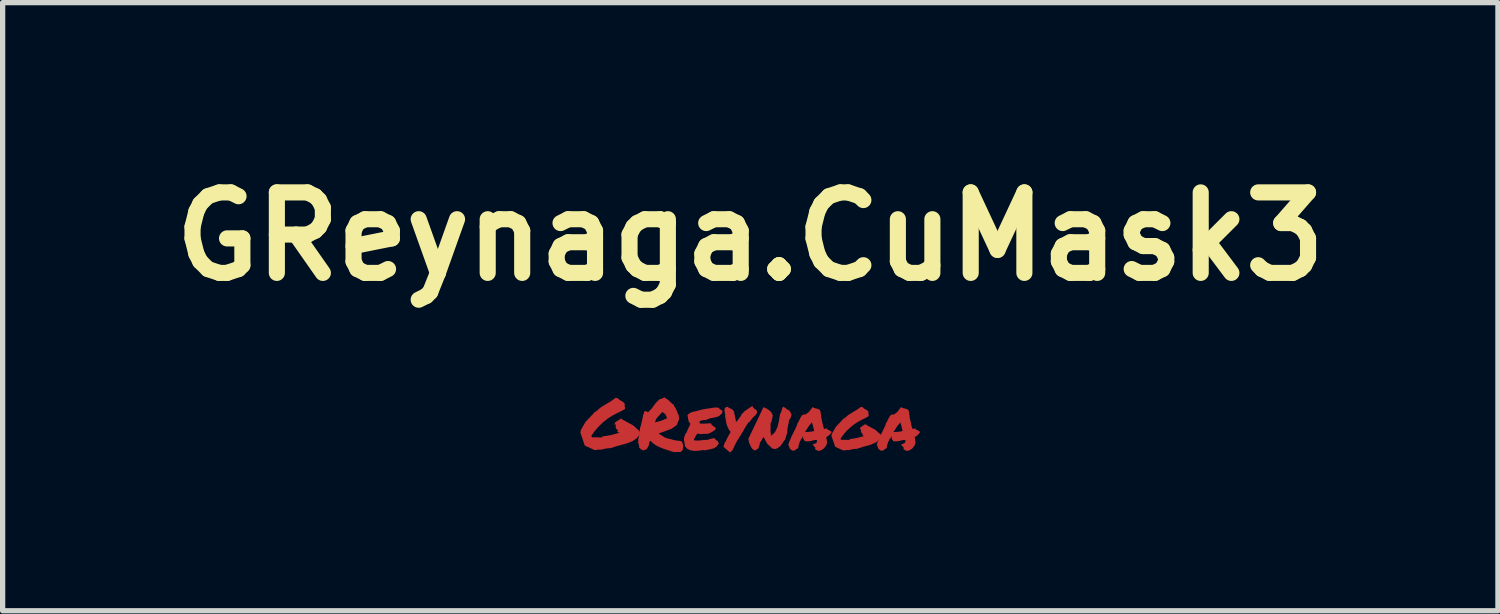
<source format=kicad_pcb>
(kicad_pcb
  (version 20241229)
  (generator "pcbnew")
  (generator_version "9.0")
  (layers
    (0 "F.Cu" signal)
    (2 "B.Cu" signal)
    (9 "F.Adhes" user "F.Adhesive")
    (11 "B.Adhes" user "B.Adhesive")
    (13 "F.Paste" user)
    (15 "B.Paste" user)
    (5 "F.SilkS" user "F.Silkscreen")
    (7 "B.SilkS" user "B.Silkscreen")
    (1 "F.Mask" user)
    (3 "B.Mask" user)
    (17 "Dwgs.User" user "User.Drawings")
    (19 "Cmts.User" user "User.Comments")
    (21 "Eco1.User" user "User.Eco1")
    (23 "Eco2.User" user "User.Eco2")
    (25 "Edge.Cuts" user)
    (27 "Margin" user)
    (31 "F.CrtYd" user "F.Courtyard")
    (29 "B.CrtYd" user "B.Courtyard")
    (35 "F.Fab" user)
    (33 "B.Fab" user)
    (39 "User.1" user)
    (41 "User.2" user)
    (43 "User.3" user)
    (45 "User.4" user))
  (footprint "GReynaga.CuMask3"
    (layer "F.Cu")
    (at 11.154 5)
    (property "Reference" "GReynaga.CuMask3" (at 0 -3.573 0) (layer "F.SilkS") (effects (font (size 1.524 1.524) (thickness 0.305))))
    (attr smd)
    (fp_poly (pts (xy -3.216 0.154) (xy -3.212 0.128) (xy -3.211 0.097) (xy -3.118 -0.064) (xy -2.992 -0.197) (xy -2.974 -0.215) (xy -2.959 -0.235) (xy -2.942 -0.251) (xy -2.918 -0.262) (xy -2.839 -0.332) (xy -2.742 -0.393) (xy -2.641 -0.452) (xy -2.549 -0.519) (xy -2.526 -0.512) (xy -2.508 -0.513) (xy -2.477 -0.478) (xy -2.437 -0.458) (xy -2.399 -0.434) (xy -2.371 -0.397) (xy -2.38 -0.39) (xy -2.377 -0.376) (xy -2.374 -0.361) (xy -2.386 -0.354) (xy -2.377 -0.345) (xy -2.367 -0.336) (xy -2.371 -0.323) (xy -2.371 -0.308) (xy -2.443 -0.267) (xy -2.525 -0.227) (xy -2.612 -0.181) (xy -2.7 -0.125) (xy -2.788 -0.055) (xy -2.873 0.027) (xy -2.95 0.116) (xy -3.011 0.205) (xy -3.004 0.217) (xy -2.996 0.229) (xy -2.902 0.229) (xy -2.815 0.234) (xy -2.808 0.223) (xy -2.8 0.214) (xy -2.632 0.185) (xy -2.473 0.142) (xy -2.516 0.128) (xy -2.516 0.115) (xy -2.501 0.101) (xy -2.537 0.07) (xy -2.553 0.018) (xy -2.543 -0.001) (xy -2.553 -0.018) (xy -2.561 -0.018) (xy -2.563 -0.013) (xy -2.566 -0.007) (xy -2.573 -0.007) (xy -2.566 -0.031) (xy -2.558 -0.054) (xy -2.448 -0.127) (xy -2.406 -0.099) (xy -2.353 -0.07) (xy -2.296 -0.039) (xy -2.241 -0.01) (xy -2.2 0.017) (xy -2.167 0.048) (xy -2.135 0.08) (xy -2.097 0.107) (xy -2.094 0.141) (xy -2.092 0.173) (xy -2.153 0.25) (xy -2.233 0.303) (xy -2.327 0.341) (xy -2.431 0.37) (xy -2.538 0.399) (xy -2.643 0.434) (xy -2.681 0.435) (xy -2.712 0.439) (xy -2.741 0.444) (xy -2.773 0.448) (xy -2.782 0.451) (xy -2.787 0.458) (xy -2.835 0.462) (xy -2.871 0.462) (xy -2.909 0.467) (xy -2.946 0.471) (xy -3.133 0.386) (xy -3.207 0.168) (xy -3.21 0.16) (xy -3.216 0.154)) (stroke (width 0) (type solid)) (fill yes) (layer "F.Cu"))
    (fp_poly (pts (xy 0.253 0.227) (xy 0.236 0.242) (xy 0.225 0.264) (xy 0.216 0.287) (xy 0.203 0.296) (xy 0.195 0.315) (xy 0.184 0.332) (xy 0.176 0.35) (xy 0.179 0.373) (xy 0.166 0.395) (xy 0.159 0.423) (xy 0.148 0.446) (xy 0.119 0.454) (xy 0.118 0.46) (xy 0.122 0.47) (xy 0.099 0.471) (xy 0.082 0.478) (xy 0.04 0.45) (xy 0.011 0.406) (xy -0.012 0.356) (xy -0.03 0.312) (xy -0.029 0.284) (xy -0.038 0.26) (xy 0.103 -0.034) (xy 0.249 -0.342) (xy 0.309 -0.315) (xy 0.363 -0.28) (xy 0.405 -0.234) (xy 0.428 -0.177) (xy 0.421 -0.17) (xy 0.416 -0.169) (xy 0.421 -0.16) (xy 0.421 -0.154) (xy 0.421 -0.146) (xy 0.425 -0.134) (xy 0.417 -0.133) (xy 0.409 -0.133) (xy 0.412 -0.109) (xy 0.407 -0.092) (xy 0.4 -0.076) (xy 0.401 -0.055) (xy 0.395 -0.052) (xy 0.392 -0.048) (xy 0.388 -0.044) (xy 0.383 -0.044) (xy 0.385 0.014) (xy 0.383 0.074) (xy 0.384 0.136) (xy 0.393 0.202) (xy 0.469 0.13) (xy 0.515 0.032) (xy 0.543 -0.084) (xy 0.563 -0.211) (xy 0.582 -0.24) (xy 0.593 -0.276) (xy 0.604 -0.315) (xy 0.617 -0.35) (xy 0.65 -0.337) (xy 0.677 -0.316) (xy 0.702 -0.295) (xy 0.735 -0.283) (xy 0.764 -0.239) (xy 0.782 -0.194) (xy 0.771 -0.17) (xy 0.764 -0.144) (xy 0.754 -0.119) (xy 0.735 -0.1) (xy 0.725 -0.036) (xy 0.713 0.019) (xy 0.703 0.077) (xy 0.701 0.142) (xy 0.678 0.207) (xy 0.66 0.27) (xy 0.627 0.311) (xy 0.601 0.358) (xy 0.595 0.361) (xy 0.586 0.357) (xy 0.586 0.365) (xy 0.582 0.37) (xy 0.579 0.376) (xy 0.582 0.386) (xy 0.548 0.409) (xy 0.517 0.435) (xy 0.477 0.451) (xy 0.417 0.442) (xy 0.321 0.35) (xy 0.253 0.227)) (stroke (width 0) (type solid)) (fill yes) (layer "F.Cu"))
    (fp_poly (pts (xy 2.476 0.23) (xy 2.392 0.319) (xy 2.278 0.37) (xy 2.147 0.406) (xy 2.016 0.447) (xy 1.983 0.448) (xy 1.957 0.452) (xy 1.933 0.456) (xy 1.906 0.459) (xy 1.9 0.462) (xy 1.896 0.467) (xy 1.855 0.471) (xy 1.825 0.471) (xy 1.792 0.475) (xy 1.763 0.479) (xy 1.607 0.409) (xy 1.545 0.226) (xy 1.542 0.218) (xy 1.537 0.214) (xy 1.539 0.191) (xy 1.541 0.168) (xy 1.619 0.032) (xy 1.723 -0.079) (xy 1.739 -0.095) (xy 1.751 -0.111) (xy 1.766 -0.124) (xy 1.786 -0.133) (xy 1.852 -0.191) (xy 1.933 -0.242) (xy 2.016 -0.291) (xy 2.093 -0.346) (xy 2.114 -0.342) (xy 2.129 -0.342) (xy 2.154 -0.315) (xy 2.187 -0.297) (xy 2.219 -0.278) (xy 2.241 -0.246) (xy 2.233 -0.239) (xy 2.237 -0.227) (xy 2.239 -0.215) (xy 2.23 -0.21) (xy 2.237 -0.202) (xy 2.245 -0.195) (xy 2.241 -0.185) (xy 2.241 -0.172) (xy 2.182 -0.138) (xy 2.114 -0.104) (xy 2.041 -0.066) (xy 1.969 -0.019) (xy 1.896 0.04) (xy 1.824 0.108) (xy 1.759 0.182) (xy 1.708 0.256) (xy 1.713 0.267) (xy 1.719 0.276) (xy 1.798 0.276) (xy 1.872 0.28) (xy 1.877 0.272) (xy 1.884 0.264) (xy 2.024 0.24) (xy 2.157 0.205) (xy 2.137 0.198) (xy 2.121 0.191) (xy 2.121 0.181) (xy 2.134 0.17) (xy 2.104 0.144) (xy 2.09 0.101) (xy 2.098 0.085) (xy 2.09 0.071) (xy 2.084 0.071) (xy 2.081 0.075) (xy 2.08 0.08) (xy 2.073 0.079) (xy 2.078 0.059) (xy 2.086 0.04) (xy 2.178 -0.021) (xy 2.214 0.003) (xy 2.257 0.028) (xy 2.305 0.054) (xy 2.351 0.077) (xy 2.384 0.099) (xy 2.412 0.127) (xy 2.439 0.153) (xy 2.472 0.176) (xy 2.473 0.203) (xy 2.476 0.23) (xy 2.476 0.23)) (stroke (width 0) (type solid)) (fill yes) (layer "F.Cu"))
    (fp_poly (pts (xy -2.109 0.354) (xy -1.783 -0.115) (xy -1.806 -0.054) (xy -1.689 -0.084) (xy -1.574 -0.132) (xy -1.608 -0.21) (xy -1.666 -0.251) (xy -1.666 -0.251) (xy -1.705 -0.205) (xy -1.747 -0.162) (xy -1.783 -0.115) (xy -2.109 0.354) (xy -2.121 0.345) (xy -2.133 0.323) (xy -2.118 0.323) (xy -2.123 0.27) (xy -2.112 0.222) (xy -2.101 0.177) (xy -2.105 0.13) (xy -2.096 0.128) (xy -2.09 0.109) (xy -2.089 0.085) (xy -2.09 0.064) (xy -2.064 -0.021) (xy -2.045 -0.107) (xy -2.028 -0.19) (xy -2.002 -0.267) (xy -1.963 -0.262) (xy -1.935 -0.244) (xy -1.863 -0.321) (xy -1.799 -0.409) (xy -1.725 -0.486) (xy -1.623 -0.525) (xy -1.551 -0.476) (xy -1.486 -0.413) (xy -1.466 -0.398) (xy -1.445 -0.385) (xy -1.445 -0.365) (xy -1.415 -0.324) (xy -1.392 -0.275) (xy -1.372 -0.223) (xy -1.351 -0.174) (xy -1.354 -0.16) (xy -1.351 -0.148) (xy -1.347 -0.134) (xy -1.346 -0.117) (xy -1.392 -0.003) (xy -1.49 0.067) (xy -1.612 0.113) (xy -1.73 0.154) (xy -1.725 0.16) (xy -1.721 0.168) (xy -1.66 0.206) (xy -1.619 0.231) (xy -1.576 0.247) (xy -1.511 0.263) (xy -1.448 0.279) (xy -1.406 0.288) (xy -1.366 0.293) (xy -1.309 0.3) (xy -1.285 0.334) (xy -1.272 0.374) (xy -1.27 0.413) (xy -1.281 0.44) (xy -1.274 0.446) (xy -1.261 0.446) (xy -1.277 0.462) (xy -1.29 0.48) (xy -1.306 0.497) (xy -1.327 0.507) (xy -1.449 0.508) (xy -1.639 0.447) (xy -1.731 0.409) (xy -1.794 0.376) (xy -1.843 0.34) (xy -1.894 0.293) (xy -1.9 0.299) (xy -1.904 0.304) (xy -1.925 0.39) (xy -1.965 0.458) (xy -1.994 0.462) (xy -2.011 0.476) (xy -2.031 0.475) (xy -2.043 0.468) (xy -2.055 0.46) (xy -2.076 0.458) (xy -2.084 0.435) (xy -2.105 0.425) (xy -2.102 0.405) (xy -2.106 0.389) (xy -2.112 0.373) (xy -2.109 0.354) (xy -2.109 0.354)) (stroke (width 0) (type solid)) (fill yes) (layer "F.Cu"))
    (fp_poly (pts (xy -0.53 -0.278) (xy -0.53 -0.263) (xy -0.531 -0.255) (xy -0.531 -0.246) (xy -0.529 -0.232) (xy -0.593 -0.17) (xy -0.672 -0.146) (xy -0.759 -0.132) (xy -0.846 -0.097) (xy -0.878 -0.097) (xy -0.918 -0.093) (xy -0.938 -0.081) (xy -0.962 -0.075) (xy -0.958 -0.05) (xy -0.954 -0.03) (xy -0.852 -0.031) (xy -0.741 -0.038) (xy -0.742 -0.028) (xy -0.743 -0.022) (xy -0.725 -0.005) (xy -0.706 0.014) (xy -0.688 0.03) (xy -0.664 0.034) (xy -0.657 0.058) (xy -0.66 0.083) (xy -0.702 0.113) (xy -0.747 0.14) (xy -0.796 0.16) (xy -0.853 0.165) (xy -0.864 0.165) (xy -0.872 0.161) (xy -0.902 0.165) (xy -0.931 0.169) (xy -0.967 0.164) (xy -1.003 0.158) (xy -1.041 0.218) (xy -1.072 0.285) (xy -0.998 0.291) (xy -0.941 0.287) (xy -0.886 0.28) (xy -0.816 0.278) (xy -0.754 0.259) (xy -0.686 0.243) (xy -0.668 0.258) (xy -0.653 0.276) (xy -0.637 0.291) (xy -0.617 0.296) (xy -0.611 0.309) (xy -0.607 0.323) (xy -0.603 0.334) (xy -0.591 0.337) (xy -0.637 0.405) (xy -0.696 0.439) (xy -0.77 0.458) (xy -0.858 0.474) (xy -0.878 0.472) (xy -0.897 0.47) (xy -0.97 0.482) (xy -1.056 0.486) (xy -1.139 0.474) (xy -1.204 0.439) (xy -1.219 0.418) (xy -1.236 0.398) (xy -1.241 0.36) (xy -1.249 0.316) (xy -1.256 0.27) (xy -1.253 0.229) (xy -1.237 0.193) (xy -1.228 0.158) (xy -1.22 0.152) (xy -1.209 0.146) (xy -1.192 0.101) (xy -1.174 0.06) (xy -1.154 0.021) (xy -1.134 -0.026) (xy -1.162 -0.063) (xy -1.174 -0.104) (xy -1.18 -0.146) (xy -1.19 -0.191) (xy -1.158 -0.223) (xy -1.115 -0.244) (xy -1.066 -0.258) (xy -1.011 -0.27) (xy -0.917 -0.296) (xy -0.835 -0.311) (xy -0.75 -0.323) (xy -0.65 -0.338) (xy -0.628 -0.327) (xy -0.616 -0.333) (xy -0.609 -0.341) (xy -0.576 -0.303) (xy -0.53 -0.278) (xy -0.53 -0.278)) (stroke (width 0) (type solid)) (fill yes) (layer "F.Cu"))
    (fp_poly (pts (xy -0.138 0.121) (xy -0.154 0.141) (xy -0.167 0.164) (xy -0.181 0.191) (xy -0.201 0.215) (xy -0.215 0.247) (xy -0.236 0.272) (xy -0.298 0.387) (xy -0.306 0.411) (xy -0.318 0.433) (xy -0.323 0.442) (xy -0.327 0.448) (xy -0.33 0.462) (xy -0.344 0.48) (xy -0.359 0.495) (xy -0.368 0.505) (xy -0.388 0.513) (xy -0.506 0.41) (xy -0.505 0.397) (xy -0.501 0.384) (xy -0.495 0.368) (xy -0.483 0.331) (xy -0.461 0.297) (xy -0.449 0.268) (xy -0.417 0.206) (xy -0.388 0.156) (xy -0.371 0.127) (xy -0.403 0.088) (xy -0.433 0.025) (xy -0.452 -0.03) (xy -0.456 -0.059) (xy -0.461 -0.084) (xy -0.468 -0.113) (xy -0.47 -0.144) (xy -0.478 -0.162) (xy -0.476 -0.176) (xy -0.474 -0.199) (xy -0.481 -0.231) (xy -0.487 -0.26) (xy -0.489 -0.292) (xy -0.481 -0.321) (xy -0.456 -0.346) (xy -0.433 -0.348) (xy -0.411 -0.334) (xy -0.388 -0.323) (xy -0.36 -0.309) (xy -0.332 -0.292) (xy -0.323 -0.274) (xy -0.306 -0.259) (xy -0.306 -0.244) (xy -0.305 -0.23) (xy -0.299 -0.209) (xy -0.294 -0.193) (xy -0.29 -0.157) (xy -0.282 -0.127) (xy -0.274 -0.096) (xy -0.273 -0.062) (xy -0.26 -0.071) (xy -0.254 -0.075) (xy -0.249 -0.079) (xy -0.171 -0.185) (xy -0.173 -0.198) (xy -0.146 -0.225) (xy -0.126 -0.244) (xy -0.109 -0.264) (xy -0.094 -0.275) (xy 0.026 -0.357) (xy 0.045 -0.36) (xy 0.05 -0.342) (xy 0.072 -0.316) (xy 0.107 -0.293) (xy 0.119 -0.285) (xy 0.126 -0.266) (xy 0.125 -0.254) (xy 0.13 -0.24) (xy 0.103 -0.194) (xy 0.074 -0.168) (xy 0.052 -0.148) (xy 0.037 -0.127) (xy 0.028 -0.116) (xy -0.008 -0.074) (xy -0.012 -0.058) (xy -0.028 -0.058) (xy -0.034 -0.052) (xy -0.048 -0.03) (xy -0.061 -0.013) (xy -0.068 -0.006) (xy -0.072 0.005) (xy -0.076 0.015) (xy -0.097 0.042) (xy -0.106 0.06) (xy -0.117 0.081) (xy -0.131 0.101) (xy -0.138 0.121) (xy -0.138 0.121)) (stroke (width 0) (type solid)) (fill yes) (layer "F.Cu"))
    (fp_poly (pts (xy 1.448 0.357) (xy 1.065 0.128) (xy 1.137 0.123) (xy 1.209 0.111) (xy 1.19 0.028) (xy 1.167 -0.058) (xy 1.159 -0.044) (xy 1.107 0.018) (xy 1.066 0.083) (xy 1.05 0.107) (xy 1.036 0.13) (xy 1.05 0.129) (xy 1.065 0.128) (xy 1.448 0.357) (xy 1.424 0.403) (xy 1.388 0.444) (xy 1.343 0.474) (xy 1.29 0.487) (xy 1.266 0.478) (xy 1.254 0.47) (xy 1.247 0.466) (xy 1.241 0.462) (xy 1.225 0.455) (xy 1.231 0.438) (xy 1.229 0.422) (xy 1.213 0.405) (xy 1.205 0.397) (xy 1.199 0.389) (xy 1.176 0.364) (xy 1.212 0.354) (xy 1.256 0.331) (xy 1.265 0.281) (xy 1.22 0.28) (xy 1.184 0.289) (xy 1.135 0.301) (xy 1.082 0.305) (xy 1.062 0.305) (xy 1.043 0.303) (xy 1.029 0.3) (xy 1.024 0.284) (xy 1.019 0.279) (xy 1.004 0.262) (xy 1.001 0.232) (xy 0.994 0.209) (xy 0.982 0.242) (xy 0.976 0.255) (xy 0.963 0.258) (xy 0.959 0.264) (xy 0.958 0.271) (xy 0.951 0.293) (xy 0.946 0.299) (xy 0.941 0.303) (xy 0.934 0.327) (xy 0.926 0.349) (xy 0.914 0.383) (xy 0.911 0.415) (xy 0.906 0.43) (xy 0.892 0.443) (xy 0.876 0.451) (xy 0.868 0.456) (xy 0.861 0.459) (xy 0.857 0.474) (xy 0.841 0.476) (xy 0.82 0.48) (xy 0.807 0.482) (xy 0.793 0.48) (xy 0.771 0.462) (xy 0.752 0.447) (xy 0.739 0.423) (xy 0.737 0.409) (xy 0.734 0.395) (xy 0.73 0.387) (xy 0.713 0.372) (xy 0.727 0.36) (xy 0.729 0.337) (xy 0.784 0.207) (xy 0.847 0.08) (xy 0.866 0.038) (xy 0.888 -0.005) (xy 0.886 -0.014) (xy 0.889 -0.026) (xy 0.913 -0.066) (xy 0.931 -0.103) (xy 0.952 -0.146) (xy 0.982 -0.19) (xy 1.003 -0.199) (xy 1.012 -0.202) (xy 1.024 -0.205) (xy 1.044 -0.202) (xy 1.109 -0.25) (xy 1.166 -0.325) (xy 1.179 -0.344) (xy 1.196 -0.333) (xy 1.215 -0.325) (xy 1.24 -0.319) (xy 1.285 -0.307) (xy 1.319 -0.287) (xy 1.329 -0.255) (xy 1.333 -0.234) (xy 1.339 -0.189) (xy 1.345 -0.138) (xy 1.355 -0.093) (xy 1.364 -0.05) (xy 1.378 0.013) (xy 1.395 0.068) (xy 1.408 0.07) (xy 1.421 0.066) (xy 1.439 0.063) (xy 1.453 0.062) (xy 1.458 0.075) (xy 1.472 0.088) (xy 1.497 0.096) (xy 1.511 0.108) (xy 1.522 0.116) (xy 1.542 0.124) (xy 1.531 0.144) (xy 1.493 0.19) (xy 1.439 0.226) (xy 1.44 0.242) (xy 1.444 0.256) (xy 1.451 0.303) (xy 1.451 0.352) (xy 1.448 0.357) (xy 1.448 0.357)) (stroke (width 0) (type solid)) (fill yes) (layer "F.Cu"))
    (fp_poly (pts (xy 3.122 0.357) (xy 2.739 0.128) (xy 2.811 0.123) (xy 2.884 0.111) (xy 2.864 0.028) (xy 2.841 -0.058) (xy 2.834 -0.044) (xy 2.782 0.018) (xy 2.741 0.083) (xy 2.725 0.107) (xy 2.71 0.13) (xy 2.725 0.129) (xy 2.739 0.128) (xy 2.739 0.128) (xy 3.122 0.357) (xy 3.098 0.403) (xy 3.063 0.444) (xy 3.018 0.474) (xy 2.965 0.487) (xy 2.941 0.478) (xy 2.929 0.47) (xy 2.921 0.466) (xy 2.916 0.462) (xy 2.9 0.455) (xy 2.905 0.438) (xy 2.904 0.422) (xy 2.888 0.405) (xy 2.88 0.397) (xy 2.873 0.389) (xy 2.851 0.364) (xy 2.887 0.354) (xy 2.93 0.331) (xy 2.94 0.281) (xy 2.894 0.28) (xy 2.859 0.289) (xy 2.81 0.301) (xy 2.757 0.305) (xy 2.737 0.305) (xy 2.717 0.303) (xy 2.704 0.3) (xy 2.698 0.284) (xy 2.693 0.279) (xy 2.679 0.262) (xy 2.676 0.232) (xy 2.668 0.209) (xy 2.656 0.242) (xy 2.651 0.255) (xy 2.637 0.258) (xy 2.634 0.264) (xy 2.632 0.271) (xy 2.626 0.293) (xy 2.62 0.299) (xy 2.615 0.303) (xy 2.608 0.327) (xy 2.6 0.349) (xy 2.588 0.383) (xy 2.586 0.415) (xy 2.581 0.43) (xy 2.566 0.443) (xy 2.55 0.451) (xy 2.542 0.456) (xy 2.535 0.459) (xy 2.531 0.474) (xy 2.516 0.476) (xy 2.494 0.48) (xy 2.481 0.482) (xy 2.468 0.48) (xy 2.445 0.462) (xy 2.427 0.447) (xy 2.414 0.423) (xy 2.411 0.409) (xy 2.408 0.395) (xy 2.404 0.387) (xy 2.387 0.372) (xy 2.402 0.36) (xy 2.403 0.337) (xy 2.459 0.207) (xy 2.521 0.08) (xy 2.541 0.038) (xy 2.562 -0.005) (xy 2.561 -0.014) (xy 2.563 -0.026) (xy 2.587 -0.066) (xy 2.606 -0.103) (xy 2.627 -0.146) (xy 2.656 -0.19) (xy 2.677 -0.199) (xy 2.686 -0.202) (xy 2.698 -0.205) (xy 2.718 -0.202) (xy 2.783 -0.25) (xy 2.84 -0.325) (xy 2.853 -0.344) (xy 2.871 -0.333) (xy 2.889 -0.325) (xy 2.914 -0.319) (xy 2.959 -0.307) (xy 2.994 -0.287) (xy 3.003 -0.255) (xy 3.007 -0.234) (xy 3.014 -0.189) (xy 3.019 -0.138) (xy 3.03 -0.093) (xy 3.039 -0.05) (xy 3.052 0.013) (xy 3.069 0.068) (xy 3.083 0.07) (xy 3.096 0.066) (xy 3.113 0.063) (xy 3.128 0.062) (xy 3.133 0.075) (xy 3.146 0.088) (xy 3.171 0.096) (xy 3.186 0.108) (xy 3.196 0.116) (xy 3.216 0.124) (xy 3.206 0.144) (xy 3.167 0.19) (xy 3.113 0.226) (xy 3.114 0.242) (xy 3.118 0.256) (xy 3.125 0.303) (xy 3.125 0.352) (xy 3.122 0.357) (xy 3.122 0.357)) (stroke (width 0) (type solid)) (fill yes) (layer "F.Cu"))
    (fp_poly (pts (xy -3.216 0.154) (xy -3.212 0.128) (xy -3.211 0.097) (xy -3.118 -0.064) (xy -2.992 -0.197) (xy -2.974 -0.215) (xy -2.959 -0.235) (xy -2.942 -0.251) (xy -2.918 -0.262) (xy -2.839 -0.332) (xy -2.742 -0.393) (xy -2.641 -0.452) (xy -2.549 -0.519) (xy -2.526 -0.512) (xy -2.508 -0.513) (xy -2.477 -0.478) (xy -2.437 -0.458) (xy -2.399 -0.434) (xy -2.371 -0.397) (xy -2.38 -0.39) (xy -2.377 -0.376) (xy -2.374 -0.361) (xy -2.386 -0.354) (xy -2.377 -0.345) (xy -2.367 -0.336) (xy -2.371 -0.323) (xy -2.371 -0.308) (xy -2.443 -0.267) (xy -2.525 -0.227) (xy -2.612 -0.181) (xy -2.7 -0.125) (xy -2.788 -0.055) (xy -2.873 0.027) (xy -2.95 0.116) (xy -3.011 0.205) (xy -3.004 0.217) (xy -2.996 0.229) (xy -2.902 0.229) (xy -2.815 0.234) (xy -2.808 0.223) (xy -2.8 0.214) (xy -2.632 0.185) (xy -2.473 0.142) (xy -2.516 0.128) (xy -2.516 0.115) (xy -2.501 0.101) (xy -2.537 0.07) (xy -2.553 0.018) (xy -2.543 -0.001) (xy -2.553 -0.018) (xy -2.561 -0.018) (xy -2.563 -0.013) (xy -2.566 -0.007) (xy -2.573 -0.007) (xy -2.566 -0.031) (xy -2.558 -0.054) (xy -2.448 -0.127) (xy -2.406 -0.099) (xy -2.353 -0.07) (xy -2.296 -0.039) (xy -2.241 -0.01) (xy -2.2 0.017) (xy -2.167 0.048) (xy -2.135 0.08) (xy -2.097 0.107) (xy -2.094 0.141) (xy -2.092 0.173) (xy -2.153 0.25) (xy -2.233 0.303) (xy -2.327 0.341) (xy -2.431 0.37) (xy -2.538 0.399) (xy -2.643 0.434) (xy -2.681 0.435) (xy -2.712 0.439) (xy -2.741 0.444) (xy -2.773 0.448) (xy -2.782 0.451) (xy -2.787 0.458) (xy -2.835 0.462) (xy -2.871 0.462) (xy -2.909 0.467) (xy -2.946 0.471) (xy -3.133 0.386) (xy -3.207 0.168) (xy -3.21 0.16) (xy -3.216 0.154)) (stroke (width 0) (type solid)) (fill yes) (layer "F.Mask"))
    (fp_poly (pts (xy 0.253 0.227) (xy 0.236 0.242) (xy 0.225 0.264) (xy 0.216 0.287) (xy 0.203 0.296) (xy 0.195 0.315) (xy 0.184 0.332) (xy 0.176 0.35) (xy 0.179 0.373) (xy 0.166 0.395) (xy 0.159 0.423) (xy 0.148 0.446) (xy 0.119 0.454) (xy 0.118 0.46) (xy 0.122 0.47) (xy 0.099 0.471) (xy 0.082 0.478) (xy 0.04 0.45) (xy 0.011 0.406) (xy -0.012 0.356) (xy -0.03 0.312) (xy -0.029 0.284) (xy -0.038 0.26) (xy 0.103 -0.034) (xy 0.249 -0.342) (xy 0.309 -0.315) (xy 0.363 -0.28) (xy 0.405 -0.234) (xy 0.428 -0.177) (xy 0.421 -0.17) (xy 0.416 -0.169) (xy 0.421 -0.16) (xy 0.421 -0.154) (xy 0.421 -0.146) (xy 0.425 -0.134) (xy 0.417 -0.133) (xy 0.409 -0.133) (xy 0.412 -0.109) (xy 0.407 -0.092) (xy 0.4 -0.076) (xy 0.401 -0.055) (xy 0.395 -0.052) (xy 0.392 -0.048) (xy 0.388 -0.044) (xy 0.383 -0.044) (xy 0.385 0.014) (xy 0.383 0.074) (xy 0.384 0.136) (xy 0.393 0.202) (xy 0.469 0.13) (xy 0.515 0.032) (xy 0.543 -0.084) (xy 0.563 -0.211) (xy 0.582 -0.24) (xy 0.593 -0.276) (xy 0.604 -0.315) (xy 0.617 -0.35) (xy 0.65 -0.337) (xy 0.677 -0.316) (xy 0.702 -0.295) (xy 0.735 -0.283) (xy 0.764 -0.239) (xy 0.782 -0.194) (xy 0.771 -0.17) (xy 0.764 -0.144) (xy 0.754 -0.119) (xy 0.735 -0.1) (xy 0.725 -0.036) (xy 0.713 0.019) (xy 0.703 0.077) (xy 0.701 0.142) (xy 0.678 0.207) (xy 0.66 0.27) (xy 0.627 0.311) (xy 0.601 0.358) (xy 0.595 0.361) (xy 0.586 0.357) (xy 0.586 0.365) (xy 0.582 0.37) (xy 0.579 0.376) (xy 0.582 0.386) (xy 0.548 0.409) (xy 0.517 0.435) (xy 0.477 0.451) (xy 0.417 0.442) (xy 0.321 0.35) (xy 0.253 0.227)) (stroke (width 0) (type solid)) (fill yes) (layer "F.Mask"))
    (fp_poly (pts (xy 2.476 0.23) (xy 2.392 0.319) (xy 2.278 0.37) (xy 2.147 0.406) (xy 2.016 0.447) (xy 1.983 0.448) (xy 1.957 0.452) (xy 1.933 0.456) (xy 1.906 0.459) (xy 1.9 0.462) (xy 1.896 0.467) (xy 1.855 0.471) (xy 1.825 0.471) (xy 1.792 0.475) (xy 1.763 0.479) (xy 1.607 0.409) (xy 1.545 0.226) (xy 1.542 0.218) (xy 1.537 0.214) (xy 1.539 0.191) (xy 1.541 0.168) (xy 1.619 0.032) (xy 1.723 -0.079) (xy 1.739 -0.095) (xy 1.751 -0.111) (xy 1.766 -0.124) (xy 1.786 -0.133) (xy 1.852 -0.191) (xy 1.933 -0.242) (xy 2.016 -0.291) (xy 2.093 -0.346) (xy 2.114 -0.342) (xy 2.129 -0.342) (xy 2.154 -0.315) (xy 2.187 -0.297) (xy 2.219 -0.278) (xy 2.241 -0.246) (xy 2.233 -0.239) (xy 2.237 -0.227) (xy 2.239 -0.215) (xy 2.23 -0.21) (xy 2.237 -0.202) (xy 2.245 -0.195) (xy 2.241 -0.185) (xy 2.241 -0.172) (xy 2.182 -0.138) (xy 2.114 -0.104) (xy 2.041 -0.066) (xy 1.969 -0.019) (xy 1.896 0.04) (xy 1.824 0.108) (xy 1.759 0.182) (xy 1.708 0.256) (xy 1.713 0.267) (xy 1.719 0.276) (xy 1.798 0.276) (xy 1.872 0.28) (xy 1.877 0.272) (xy 1.884 0.264) (xy 2.024 0.24) (xy 2.157 0.205) (xy 2.137 0.198) (xy 2.121 0.191) (xy 2.121 0.181) (xy 2.134 0.17) (xy 2.104 0.144) (xy 2.09 0.101) (xy 2.098 0.085) (xy 2.09 0.071) (xy 2.084 0.071) (xy 2.081 0.075) (xy 2.08 0.08) (xy 2.073 0.079) (xy 2.078 0.059) (xy 2.086 0.04) (xy 2.178 -0.021) (xy 2.214 0.003) (xy 2.257 0.028) (xy 2.305 0.054) (xy 2.351 0.077) (xy 2.384 0.099) (xy 2.412 0.127) (xy 2.439 0.153) (xy 2.472 0.176) (xy 2.473 0.203) (xy 2.476 0.23) (xy 2.476 0.23)) (stroke (width 0) (type solid)) (fill yes) (layer "F.Mask"))
    (fp_poly (pts (xy -2.109 0.354) (xy -1.783 -0.115) (xy -1.806 -0.054) (xy -1.689 -0.084) (xy -1.574 -0.132) (xy -1.608 -0.21) (xy -1.666 -0.251) (xy -1.666 -0.251) (xy -1.705 -0.205) (xy -1.747 -0.162) (xy -1.783 -0.115) (xy -2.109 0.354) (xy -2.121 0.345) (xy -2.133 0.323) (xy -2.118 0.323) (xy -2.123 0.27) (xy -2.112 0.222) (xy -2.101 0.177) (xy -2.105 0.13) (xy -2.096 0.128) (xy -2.09 0.109) (xy -2.089 0.085) (xy -2.09 0.064) (xy -2.064 -0.021) (xy -2.045 -0.107) (xy -2.028 -0.19) (xy -2.002 -0.267) (xy -1.963 -0.262) (xy -1.935 -0.244) (xy -1.863 -0.321) (xy -1.799 -0.409) (xy -1.725 -0.486) (xy -1.623 -0.525) (xy -1.551 -0.476) (xy -1.486 -0.413) (xy -1.466 -0.398) (xy -1.445 -0.385) (xy -1.445 -0.365) (xy -1.415 -0.324) (xy -1.392 -0.275) (xy -1.372 -0.223) (xy -1.351 -0.174) (xy -1.354 -0.16) (xy -1.351 -0.148) (xy -1.347 -0.134) (xy -1.346 -0.117) (xy -1.392 -0.003) (xy -1.49 0.067) (xy -1.612 0.113) (xy -1.73 0.154) (xy -1.725 0.16) (xy -1.721 0.168) (xy -1.66 0.206) (xy -1.619 0.231) (xy -1.576 0.247) (xy -1.511 0.263) (xy -1.448 0.279) (xy -1.406 0.288) (xy -1.366 0.293) (xy -1.309 0.3) (xy -1.285 0.334) (xy -1.272 0.374) (xy -1.27 0.413) (xy -1.281 0.44) (xy -1.274 0.446) (xy -1.261 0.446) (xy -1.277 0.462) (xy -1.29 0.48) (xy -1.306 0.497) (xy -1.327 0.507) (xy -1.449 0.508) (xy -1.639 0.447) (xy -1.731 0.409) (xy -1.794 0.376) (xy -1.843 0.34) (xy -1.894 0.293) (xy -1.9 0.299) (xy -1.904 0.304) (xy -1.925 0.39) (xy -1.965 0.458) (xy -1.994 0.462) (xy -2.011 0.476) (xy -2.031 0.475) (xy -2.043 0.468) (xy -2.055 0.46) (xy -2.076 0.458) (xy -2.084 0.435) (xy -2.105 0.425) (xy -2.102 0.405) (xy -2.106 0.389) (xy -2.112 0.373) (xy -2.109 0.354) (xy -2.109 0.354)) (stroke (width 0) (type solid)) (fill yes) (layer "F.Mask"))
    (fp_poly (pts (xy -0.53 -0.278) (xy -0.53 -0.263) (xy -0.531 -0.255) (xy -0.531 -0.246) (xy -0.529 -0.232) (xy -0.593 -0.17) (xy -0.672 -0.146) (xy -0.759 -0.132) (xy -0.846 -0.097) (xy -0.878 -0.097) (xy -0.918 -0.093) (xy -0.938 -0.081) (xy -0.962 -0.075) (xy -0.958 -0.05) (xy -0.954 -0.03) (xy -0.852 -0.031) (xy -0.741 -0.038) (xy -0.742 -0.028) (xy -0.743 -0.022) (xy -0.725 -0.005) (xy -0.706 0.014) (xy -0.688 0.03) (xy -0.664 0.034) (xy -0.657 0.058) (xy -0.66 0.083) (xy -0.702 0.113) (xy -0.747 0.14) (xy -0.796 0.16) (xy -0.853 0.165) (xy -0.864 0.165) (xy -0.872 0.161) (xy -0.902 0.165) (xy -0.931 0.169) (xy -0.967 0.164) (xy -1.003 0.158) (xy -1.041 0.218) (xy -1.072 0.285) (xy -0.998 0.291) (xy -0.941 0.287) (xy -0.886 0.28) (xy -0.816 0.278) (xy -0.754 0.259) (xy -0.686 0.243) (xy -0.668 0.258) (xy -0.653 0.276) (xy -0.637 0.291) (xy -0.617 0.296) (xy -0.611 0.309) (xy -0.607 0.323) (xy -0.603 0.334) (xy -0.591 0.337) (xy -0.637 0.405) (xy -0.696 0.439) (xy -0.77 0.458) (xy -0.858 0.474) (xy -0.878 0.472) (xy -0.897 0.47) (xy -0.97 0.482) (xy -1.056 0.486) (xy -1.139 0.474) (xy -1.204 0.439) (xy -1.219 0.418) (xy -1.236 0.398) (xy -1.241 0.36) (xy -1.249 0.316) (xy -1.256 0.27) (xy -1.253 0.229) (xy -1.237 0.193) (xy -1.228 0.158) (xy -1.22 0.152) (xy -1.209 0.146) (xy -1.192 0.101) (xy -1.174 0.06) (xy -1.154 0.021) (xy -1.134 -0.026) (xy -1.162 -0.063) (xy -1.174 -0.104) (xy -1.18 -0.146) (xy -1.19 -0.191) (xy -1.158 -0.223) (xy -1.115 -0.244) (xy -1.066 -0.258) (xy -1.011 -0.27) (xy -0.917 -0.296) (xy -0.835 -0.311) (xy -0.75 -0.323) (xy -0.65 -0.338) (xy -0.628 -0.327) (xy -0.616 -0.333) (xy -0.609 -0.341) (xy -0.576 -0.303) (xy -0.53 -0.278) (xy -0.53 -0.278)) (stroke (width 0) (type solid)) (fill yes) (layer "F.Mask"))
    (fp_poly (pts (xy -0.138 0.121) (xy -0.154 0.141) (xy -0.167 0.164) (xy -0.181 0.191) (xy -0.201 0.215) (xy -0.215 0.247) (xy -0.236 0.272) (xy -0.298 0.387) (xy -0.306 0.411) (xy -0.318 0.433) (xy -0.323 0.442) (xy -0.327 0.448) (xy -0.33 0.462) (xy -0.344 0.48) (xy -0.359 0.495) (xy -0.368 0.505) (xy -0.388 0.513) (xy -0.506 0.41) (xy -0.505 0.397) (xy -0.501 0.384) (xy -0.495 0.368) (xy -0.483 0.331) (xy -0.461 0.297) (xy -0.449 0.268) (xy -0.417 0.206) (xy -0.388 0.156) (xy -0.371 0.127) (xy -0.403 0.088) (xy -0.433 0.025) (xy -0.452 -0.03) (xy -0.456 -0.059) (xy -0.461 -0.084) (xy -0.468 -0.113) (xy -0.47 -0.144) (xy -0.478 -0.162) (xy -0.476 -0.176) (xy -0.474 -0.199) (xy -0.481 -0.231) (xy -0.487 -0.26) (xy -0.489 -0.292) (xy -0.481 -0.321) (xy -0.456 -0.346) (xy -0.433 -0.348) (xy -0.411 -0.334) (xy -0.388 -0.323) (xy -0.36 -0.309) (xy -0.332 -0.292) (xy -0.323 -0.274) (xy -0.306 -0.259) (xy -0.306 -0.244) (xy -0.305 -0.23) (xy -0.299 -0.209) (xy -0.294 -0.193) (xy -0.29 -0.157) (xy -0.282 -0.127) (xy -0.274 -0.096) (xy -0.273 -0.062) (xy -0.26 -0.071) (xy -0.254 -0.075) (xy -0.249 -0.079) (xy -0.171 -0.185) (xy -0.173 -0.198) (xy -0.146 -0.225) (xy -0.126 -0.244) (xy -0.109 -0.264) (xy -0.094 -0.275) (xy 0.026 -0.357) (xy 0.045 -0.36) (xy 0.05 -0.342) (xy 0.072 -0.316) (xy 0.107 -0.293) (xy 0.119 -0.285) (xy 0.126 -0.266) (xy 0.125 -0.254) (xy 0.13 -0.24) (xy 0.103 -0.194) (xy 0.074 -0.168) (xy 0.052 -0.148) (xy 0.037 -0.127) (xy 0.028 -0.116) (xy -0.008 -0.074) (xy -0.012 -0.058) (xy -0.028 -0.058) (xy -0.034 -0.052) (xy -0.048 -0.03) (xy -0.061 -0.013) (xy -0.068 -0.006) (xy -0.072 0.005) (xy -0.076 0.015) (xy -0.097 0.042) (xy -0.106 0.06) (xy -0.117 0.081) (xy -0.131 0.101) (xy -0.138 0.121) (xy -0.138 0.121)) (stroke (width 0) (type solid)) (fill yes) (layer "F.Mask"))
    (fp_poly (pts (xy 1.448 0.357) (xy 1.065 0.128) (xy 1.137 0.123) (xy 1.209 0.111) (xy 1.19 0.028) (xy 1.167 -0.058) (xy 1.159 -0.044) (xy 1.107 0.018) (xy 1.066 0.083) (xy 1.05 0.107) (xy 1.036 0.13) (xy 1.05 0.129) (xy 1.065 0.128) (xy 1.448 0.357) (xy 1.424 0.403) (xy 1.388 0.444) (xy 1.343 0.474) (xy 1.29 0.487) (xy 1.266 0.478) (xy 1.254 0.47) (xy 1.247 0.466) (xy 1.241 0.462) (xy 1.225 0.455) (xy 1.231 0.438) (xy 1.229 0.422) (xy 1.213 0.405) (xy 1.205 0.397) (xy 1.199 0.389) (xy 1.176 0.364) (xy 1.212 0.354) (xy 1.256 0.331) (xy 1.265 0.281) (xy 1.22 0.28) (xy 1.184 0.289) (xy 1.135 0.301) (xy 1.082 0.305) (xy 1.062 0.305) (xy 1.043 0.303) (xy 1.029 0.3) (xy 1.024 0.284) (xy 1.019 0.279) (xy 1.004 0.262) (xy 1.001 0.232) (xy 0.994 0.209) (xy 0.982 0.242) (xy 0.976 0.255) (xy 0.963 0.258) (xy 0.959 0.264) (xy 0.958 0.271) (xy 0.951 0.293) (xy 0.946 0.299) (xy 0.941 0.303) (xy 0.934 0.327) (xy 0.926 0.349) (xy 0.914 0.383) (xy 0.911 0.415) (xy 0.906 0.43) (xy 0.892 0.443) (xy 0.876 0.451) (xy 0.868 0.456) (xy 0.861 0.459) (xy 0.857 0.474) (xy 0.841 0.476) (xy 0.82 0.48) (xy 0.807 0.482) (xy 0.793 0.48) (xy 0.771 0.462) (xy 0.752 0.447) (xy 0.739 0.423) (xy 0.737 0.409) (xy 0.734 0.395) (xy 0.73 0.387) (xy 0.713 0.372) (xy 0.727 0.36) (xy 0.729 0.337) (xy 0.784 0.207) (xy 0.847 0.08) (xy 0.866 0.038) (xy 0.888 -0.005) (xy 0.886 -0.014) (xy 0.889 -0.026) (xy 0.913 -0.066) (xy 0.931 -0.103) (xy 0.952 -0.146) (xy 0.982 -0.19) (xy 1.003 -0.199) (xy 1.012 -0.202) (xy 1.024 -0.205) (xy 1.044 -0.202) (xy 1.109 -0.25) (xy 1.166 -0.325) (xy 1.179 -0.344) (xy 1.196 -0.333) (xy 1.215 -0.325) (xy 1.24 -0.319) (xy 1.285 -0.307) (xy 1.319 -0.287) (xy 1.329 -0.255) (xy 1.333 -0.234) (xy 1.339 -0.189) (xy 1.345 -0.138) (xy 1.355 -0.093) (xy 1.364 -0.05) (xy 1.378 0.013) (xy 1.395 0.068) (xy 1.408 0.07) (xy 1.421 0.066) (xy 1.439 0.063) (xy 1.453 0.062) (xy 1.458 0.075) (xy 1.472 0.088) (xy 1.497 0.096) (xy 1.511 0.108) (xy 1.522 0.116) (xy 1.542 0.124) (xy 1.531 0.144) (xy 1.493 0.19) (xy 1.439 0.226) (xy 1.44 0.242) (xy 1.444 0.256) (xy 1.451 0.303) (xy 1.451 0.352) (xy 1.448 0.357) (xy 1.448 0.357)) (stroke (width 0) (type solid)) (fill yes) (layer "F.Mask"))
    (fp_poly (pts (xy 3.122 0.357) (xy 2.739 0.128) (xy 2.811 0.123) (xy 2.884 0.111) (xy 2.864 0.028) (xy 2.841 -0.058) (xy 2.834 -0.044) (xy 2.782 0.018) (xy 2.741 0.083) (xy 2.725 0.107) (xy 2.71 0.13) (xy 2.725 0.129) (xy 2.739 0.128) (xy 2.739 0.128) (xy 3.122 0.357) (xy 3.098 0.403) (xy 3.063 0.444) (xy 3.018 0.474) (xy 2.965 0.487) (xy 2.941 0.478) (xy 2.929 0.47) (xy 2.921 0.466) (xy 2.916 0.462) (xy 2.9 0.455) (xy 2.905 0.438) (xy 2.904 0.422) (xy 2.888 0.405) (xy 2.88 0.397) (xy 2.873 0.389) (xy 2.851 0.364) (xy 2.887 0.354) (xy 2.93 0.331) (xy 2.94 0.281) (xy 2.894 0.28) (xy 2.859 0.289) (xy 2.81 0.301) (xy 2.757 0.305) (xy 2.737 0.305) (xy 2.717 0.303) (xy 2.704 0.3) (xy 2.698 0.284) (xy 2.693 0.279) (xy 2.679 0.262) (xy 2.676 0.232) (xy 2.668 0.209) (xy 2.656 0.242) (xy 2.651 0.255) (xy 2.637 0.258) (xy 2.634 0.264) (xy 2.632 0.271) (xy 2.626 0.293) (xy 2.62 0.299) (xy 2.615 0.303) (xy 2.608 0.327) (xy 2.6 0.349) (xy 2.588 0.383) (xy 2.586 0.415) (xy 2.581 0.43) (xy 2.566 0.443) (xy 2.55 0.451) (xy 2.542 0.456) (xy 2.535 0.459) (xy 2.531 0.474) (xy 2.516 0.476) (xy 2.494 0.48) (xy 2.481 0.482) (xy 2.468 0.48) (xy 2.445 0.462) (xy 2.427 0.447) (xy 2.414 0.423) (xy 2.411 0.409) (xy 2.408 0.395) (xy 2.404 0.387) (xy 2.387 0.372) (xy 2.402 0.36) (xy 2.403 0.337) (xy 2.459 0.207) (xy 2.521 0.08) (xy 2.541 0.038) (xy 2.562 -0.005) (xy 2.561 -0.014) (xy 2.563 -0.026) (xy 2.587 -0.066) (xy 2.606 -0.103) (xy 2.627 -0.146) (xy 2.656 -0.19) (xy 2.677 -0.199) (xy 2.686 -0.202) (xy 2.698 -0.205) (xy 2.718 -0.202) (xy 2.783 -0.25) (xy 2.84 -0.325) (xy 2.853 -0.344) (xy 2.871 -0.333) (xy 2.889 -0.325) (xy 2.914 -0.319) (xy 2.959 -0.307) (xy 2.994 -0.287) (xy 3.003 -0.255) (xy 3.007 -0.234) (xy 3.014 -0.189) (xy 3.019 -0.138) (xy 3.03 -0.093) (xy 3.039 -0.05) (xy 3.052 0.013) (xy 3.069 0.068) (xy 3.083 0.07) (xy 3.096 0.066) (xy 3.113 0.063) (xy 3.128 0.062) (xy 3.133 0.075) (xy 3.146 0.088) (xy 3.171 0.096) (xy 3.186 0.108) (xy 3.196 0.116) (xy 3.216 0.124) (xy 3.206 0.144) (xy 3.167 0.19) (xy 3.113 0.226) (xy 3.114 0.242) (xy 3.118 0.256) (xy 3.125 0.303) (xy 3.125 0.352) (xy 3.122 0.357) (xy 3.122 0.357)) (stroke (width 0) (type solid)) (fill yes) (layer "F.Mask")))
  (gr_rect
    (start -3 -3)
    (end 25.308 8.513)
    (stroke (width 0.1) (type default))
    (fill no)
    (layer "Edge.Cuts")))
</source>
